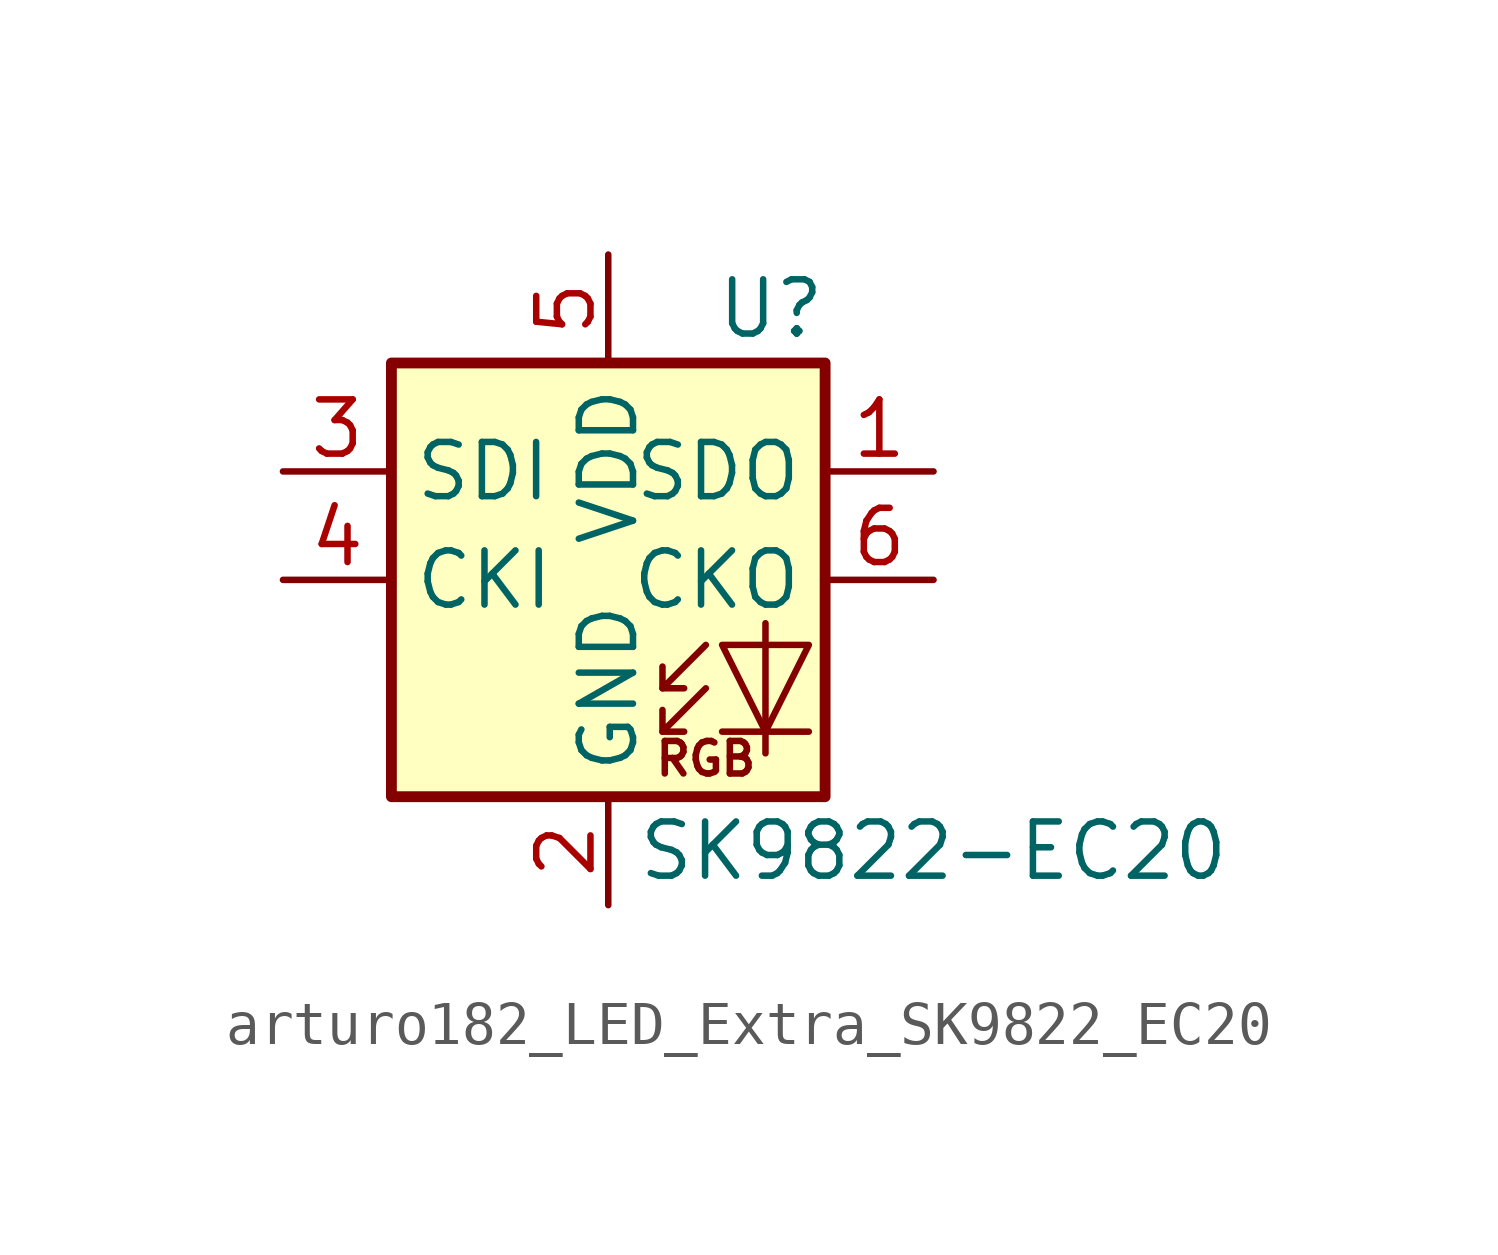
<source format=kicad_sym>
(kicad_symbol_lib
  (version 20220914)
  (generator kicad_symbol_editor)
  (symbol "arturo182_LED_Extra_SK9822_EC20"
    (property "Reference" "U"
      (at 3.81 6.35 0)
      (effects (font (size 1.27 1.27))))
    (property "Value" "SK9822-EC20"
      (at 7.62 -6.35 0)
      (effects (font (size 1.27 1.27))))
    (symbol "arturo182_LED_Extra_SK9822_EC20_0_0"
      (text "RGB" (at 2.286 -4.191 0) (effects (font (size 0.762 0.762)))))
    (symbol "arturo182_LED_Extra_SK9822_EC20_0_1"
      (polyline (pts (xy 1.27 -3.556) (xy 1.778 -3.556)) (stroke (width 0) (type default)) (fill (type none)))
      (polyline (pts (xy 1.27 -2.54) (xy 1.778 -2.54)) (stroke (width 0) (type default)) (fill (type none)))
      (polyline (pts (xy 4.699 -3.556) (xy 2.667 -3.556)) (stroke (width 0) (type default)) (fill (type none)))
      (polyline (pts (xy 2.286 -2.54) (xy 1.27 -3.556) (xy 1.27 -3.048)) (stroke (width 0) (type default)) (fill (type none)))
      (polyline (pts (xy 2.286 -1.524) (xy 1.27 -2.54) (xy 1.27 -2.032)) (stroke (width 0) (type default)) (fill (type none)))
      (polyline (pts (xy 3.683 -1.016) (xy 3.683 -3.556) (xy 3.683 -4.064)) (stroke (width 0) (type default)) (fill (type none)))
      (polyline (pts (xy 4.699 -1.524) (xy 2.667 -1.524) (xy 3.683 -3.556) (xy 4.699 -1.524)) (stroke (width 0) (type default)) (fill (type none)))
      (rectangle (start 5.08 5.08) (end -5.08 -5.08) (stroke (width 0.254) (type default)) (fill (type background))))
    (symbol "arturo182_LED_Extra_SK9822_EC20_1_1"
      (pin output line (at 7.62 2.54 180) (length 2.54) (name "SDO" (effects (font (size 1.27 1.27)))) (number "1" (effects (font (size 1.27 1.27)))))
      (pin power_in line (at 0 -7.62 90) (length 2.54) (name "GND" (effects (font (size 1.27 1.27)))) (number "2" (effects (font (size 1.27 1.27)))))
      (pin input line (at -7.62 2.54 0) (length 2.54) (name "SDI" (effects (font (size 1.27 1.27)))) (number "3" (effects (font (size 1.27 1.27)))))
      (pin input line (at -7.62 0 0) (length 2.54) (name "CKI" (effects (font (size 1.27 1.27)))) (number "4" (effects (font (size 1.27 1.27)))))
      (pin power_in line (at 0 7.62 270) (length 2.54) (name "VDD" (effects (font (size 1.27 1.27)))) (number "5" (effects (font (size 1.27 1.27)))))
      (pin output line (at 7.62 0 180) (length 2.54) (name "CKO" (effects (font (size 1.27 1.27)))) (number "6" (effects (font (size 1.27 1.27))))))))
</source>
